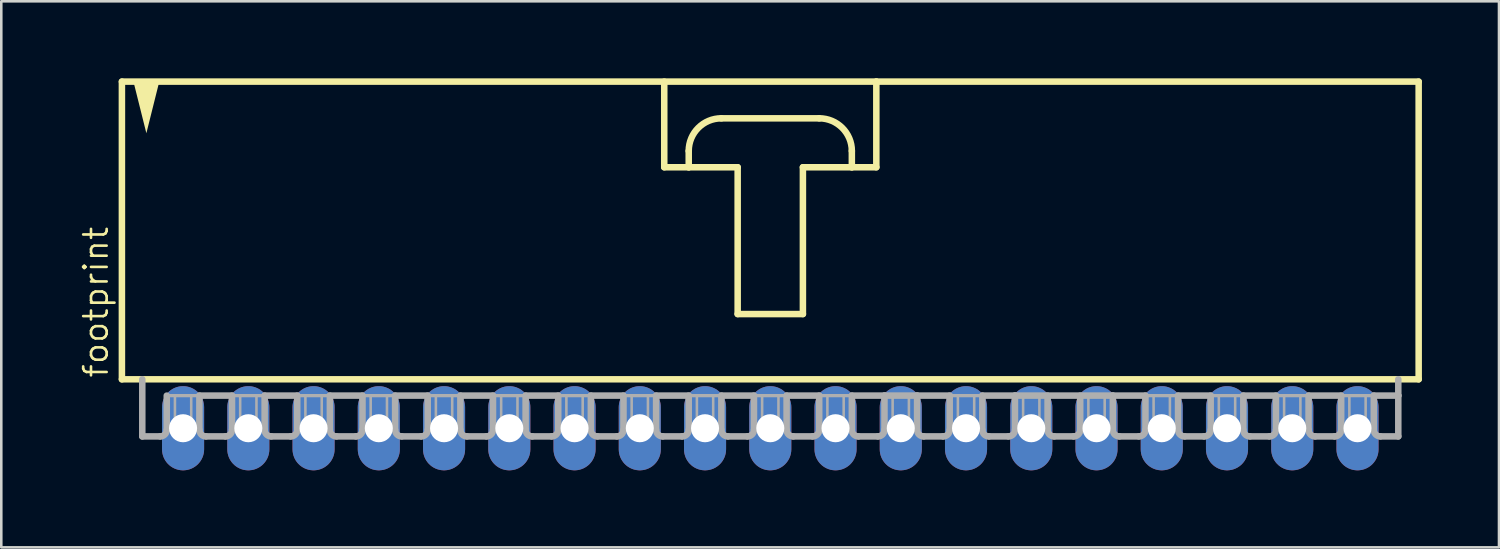
<source format=kicad_pcb>
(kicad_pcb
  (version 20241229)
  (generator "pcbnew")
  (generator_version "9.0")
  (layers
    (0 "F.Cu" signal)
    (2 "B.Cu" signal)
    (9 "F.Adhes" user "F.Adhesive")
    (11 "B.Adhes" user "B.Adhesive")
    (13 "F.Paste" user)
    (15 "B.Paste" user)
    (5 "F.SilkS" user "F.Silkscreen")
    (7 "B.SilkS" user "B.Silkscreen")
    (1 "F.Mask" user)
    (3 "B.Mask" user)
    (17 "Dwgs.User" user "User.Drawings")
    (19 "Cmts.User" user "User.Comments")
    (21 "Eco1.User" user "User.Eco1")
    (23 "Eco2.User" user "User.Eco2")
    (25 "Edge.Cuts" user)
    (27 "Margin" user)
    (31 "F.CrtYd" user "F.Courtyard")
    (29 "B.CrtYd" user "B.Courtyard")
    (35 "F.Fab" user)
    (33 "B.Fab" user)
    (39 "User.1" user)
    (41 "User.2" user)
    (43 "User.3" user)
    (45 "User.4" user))
  (footprint "footprint"
    (layer "F.Cu")
    (at 26.937 6.001)
    (property "Reference" "footprint" (at -25.718 5.715 90) (layer "F.SilkS") (effects (font (size 0.914 0.914) (thickness 0.102)) (justify left bottom)))
    (fp_line (start -25.241 -5.874) (end -25.241 5.715) (stroke (width 0.254) (type solid)) (layer "F.SilkS"))
    (fp_line (start -25.241 5.715) (end 25.241 5.715) (stroke (width 0.254) (type solid)) (layer "F.SilkS"))
    (fp_line (start -4.128 -5.874) (end -4.128 -2.54) (stroke (width 0.254) (type solid)) (layer "F.SilkS"))
    (fp_line (start -4.128 -2.54) (end -3.175 -2.54) (stroke (width 0.254) (type solid)) (layer "F.SilkS"))
    (fp_line (start -3.175 -2.54) (end -3.175 -3.175) (stroke (width 0.254) (type solid)) (layer "F.SilkS"))
    (fp_line (start -3.175 -2.54) (end -1.27 -2.54) (stroke (width 0.254) (type solid)) (layer "F.SilkS"))
    (fp_line (start -1.905 -4.445) (end 1.905 -4.445) (stroke (width 0.254) (type solid)) (layer "F.SilkS"))
    (fp_line (start -1.27 -2.54) (end -1.27 3.175) (stroke (width 0.254) (type solid)) (layer "F.SilkS"))
    (fp_line (start -1.27 3.175) (end 1.27 3.175) (stroke (width 0.254) (type solid)) (layer "F.SilkS"))
    (fp_line (start 1.27 -2.54) (end 3.175 -2.54) (stroke (width 0.254) (type solid)) (layer "F.SilkS"))
    (fp_line (start 1.27 3.175) (end 1.27 -2.54) (stroke (width 0.254) (type solid)) (layer "F.SilkS"))
    (fp_line (start 3.175 -3.175) (end 3.175 -2.54) (stroke (width 0.254) (type solid)) (layer "F.SilkS"))
    (fp_line (start 3.175 -2.54) (end 4.128 -2.54) (stroke (width 0.254) (type solid)) (layer "F.SilkS"))
    (fp_line (start 4.128 -5.874) (end -25.241 -5.874) (stroke (width 0.254) (type solid)) (layer "F.SilkS"))
    (fp_line (start 4.128 -2.54) (end 4.128 -5.874) (stroke (width 0.254) (type solid)) (layer "F.SilkS"))
    (fp_line (start 25.241 -5.874) (end 4.128 -5.874) (stroke (width 0.254) (type solid)) (layer "F.SilkS"))
    (fp_line (start 25.241 5.715) (end 25.241 -5.874) (stroke (width 0.254) (type solid)) (layer "F.SilkS"))
    (fp_arc (start -3.175 -3.175) (mid -2.803026 -4.073026) (end -1.905 -4.445) (stroke (width 0.254) (type solid)) (layer "F.SilkS"))
    (fp_arc (start 1.905 -4.445) (mid 2.803026 -4.073026) (end 3.175 -3.175) (stroke (width 0.254) (type solid)) (layer "F.SilkS"))
    (fp_poly (pts (xy -24.289 -3.864) (xy -24.798 -5.899) (xy -23.78 -5.899)) (stroke (width 0) (type solid)) (fill yes) (layer "F.SilkS"))
    (fp_line (start -24.448 5.715) (end -24.448 7.938) (stroke (width 0.254) (type solid)) (layer "F.Fab"))
    (fp_line (start -23.749 7.938) (end -24.448 7.938) (stroke (width 0.254) (type solid)) (layer "F.Fab"))
    (fp_line (start -23.495 6.35) (end -23.495 7.684) (stroke (width 0.254) (type solid)) (layer "F.Fab"))
    (fp_line (start -23.495 6.35) (end -22.225 6.35) (stroke (width 0.127) (type solid)) (layer "F.Fab"))
    (fp_line (start -22.225 6.35) (end -22.225 7.684) (stroke (width 0.254) (type solid)) (layer "F.Fab"))
    (fp_line (start -22.225 6.35) (end -20.955 6.35) (stroke (width 0.254) (type solid)) (layer "F.Fab"))
    (fp_line (start -21.209 7.938) (end -21.971 7.938) (stroke (width 0.254) (type solid)) (layer "F.Fab"))
    (fp_line (start -20.955 6.35) (end -20.955 7.684) (stroke (width 0.254) (type solid)) (layer "F.Fab"))
    (fp_line (start -20.955 6.35) (end -19.685 6.35) (stroke (width 0.127) (type solid)) (layer "F.Fab"))
    (fp_line (start -19.685 6.35) (end -19.685 7.684) (stroke (width 0.254) (type solid)) (layer "F.Fab"))
    (fp_line (start -19.685 6.35) (end -18.415 6.35) (stroke (width 0.254) (type solid)) (layer "F.Fab"))
    (fp_line (start -18.669 7.938) (end -19.431 7.938) (stroke (width 0.254) (type solid)) (layer "F.Fab"))
    (fp_line (start -18.415 6.35) (end -18.415 7.684) (stroke (width 0.254) (type solid)) (layer "F.Fab"))
    (fp_line (start -18.415 6.35) (end -17.145 6.35) (stroke (width 0.127) (type solid)) (layer "F.Fab"))
    (fp_line (start -17.145 6.35) (end -17.145 7.684) (stroke (width 0.254) (type solid)) (layer "F.Fab"))
    (fp_line (start -17.145 6.35) (end -15.875 6.35) (stroke (width 0.254) (type solid)) (layer "F.Fab"))
    (fp_line (start -16.129 7.938) (end -16.891 7.938) (stroke (width 0.254) (type solid)) (layer "F.Fab"))
    (fp_line (start -15.875 6.35) (end -15.875 7.684) (stroke (width 0.254) (type solid)) (layer "F.Fab"))
    (fp_line (start -15.875 6.35) (end -14.605 6.35) (stroke (width 0.127) (type solid)) (layer "F.Fab"))
    (fp_line (start -14.605 6.35) (end -14.605 7.684) (stroke (width 0.254) (type solid)) (layer "F.Fab"))
    (fp_line (start -14.605 6.35) (end -13.335 6.35) (stroke (width 0.254) (type solid)) (layer "F.Fab"))
    (fp_line (start -13.589 7.938) (end -14.351 7.938) (stroke (width 0.254) (type solid)) (layer "F.Fab"))
    (fp_line (start -13.335 6.35) (end -13.335 7.684) (stroke (width 0.254) (type solid)) (layer "F.Fab"))
    (fp_line (start -13.335 6.35) (end -12.065 6.35) (stroke (width 0.127) (type solid)) (layer "F.Fab"))
    (fp_line (start -12.065 6.35) (end -12.065 7.684) (stroke (width 0.254) (type solid)) (layer "F.Fab"))
    (fp_line (start -12.065 6.35) (end -10.795 6.35) (stroke (width 0.254) (type solid)) (layer "F.Fab"))
    (fp_line (start -11.049 7.938) (end -11.811 7.938) (stroke (width 0.254) (type solid)) (layer "F.Fab"))
    (fp_line (start -10.795 6.35) (end -10.795 7.684) (stroke (width 0.254) (type solid)) (layer "F.Fab"))
    (fp_line (start -10.795 6.35) (end -9.525 6.35) (stroke (width 0.127) (type solid)) (layer "F.Fab"))
    (fp_line (start -9.525 6.35) (end -9.525 7.684) (stroke (width 0.254) (type solid)) (layer "F.Fab"))
    (fp_line (start -9.525 6.35) (end -8.255 6.35) (stroke (width 0.254) (type solid)) (layer "F.Fab"))
    (fp_line (start -8.509 7.938) (end -9.271 7.938) (stroke (width 0.254) (type solid)) (layer "F.Fab"))
    (fp_line (start -8.255 6.35) (end -8.255 7.684) (stroke (width 0.254) (type solid)) (layer "F.Fab"))
    (fp_line (start -8.255 6.35) (end -6.985 6.35) (stroke (width 0.127) (type solid)) (layer "F.Fab"))
    (fp_line (start -6.985 6.35) (end -6.985 7.684) (stroke (width 0.254) (type solid)) (layer "F.Fab"))
    (fp_line (start -6.985 6.35) (end -5.715 6.35) (stroke (width 0.254) (type solid)) (layer "F.Fab"))
    (fp_line (start -5.969 7.938) (end -6.731 7.938) (stroke (width 0.254) (type solid)) (layer "F.Fab"))
    (fp_line (start -5.715 6.35) (end -5.715 7.684) (stroke (width 0.254) (type solid)) (layer "F.Fab"))
    (fp_line (start -5.715 6.35) (end -4.445 6.35) (stroke (width 0.127) (type solid)) (layer "F.Fab"))
    (fp_line (start -4.445 6.35) (end -4.445 7.684) (stroke (width 0.254) (type solid)) (layer "F.Fab"))
    (fp_line (start -4.445 6.35) (end -3.175 6.35) (stroke (width 0.254) (type solid)) (layer "F.Fab"))
    (fp_line (start -3.429 7.938) (end -4.191 7.938) (stroke (width 0.254) (type solid)) (layer "F.Fab"))
    (fp_line (start -3.175 6.35) (end -3.175 7.684) (stroke (width 0.254) (type solid)) (layer "F.Fab"))
    (fp_line (start -3.175 6.35) (end -1.905 6.35) (stroke (width 0.127) (type solid)) (layer "F.Fab"))
    (fp_line (start -1.905 6.35) (end -1.905 7.684) (stroke (width 0.254) (type solid)) (layer "F.Fab"))
    (fp_line (start -1.905 6.35) (end -0.635 6.35) (stroke (width 0.254) (type solid)) (layer "F.Fab"))
    (fp_line (start -0.889 7.938) (end -1.651 7.938) (stroke (width 0.254) (type solid)) (layer "F.Fab"))
    (fp_line (start -0.635 6.35) (end -0.635 7.684) (stroke (width 0.254) (type solid)) (layer "F.Fab"))
    (fp_line (start -0.635 6.35) (end 0.635 6.35) (stroke (width 0.127) (type solid)) (layer "F.Fab"))
    (fp_line (start 0.635 6.35) (end 0.635 7.684) (stroke (width 0.254) (type solid)) (layer "F.Fab"))
    (fp_line (start 0.635 6.35) (end 1.905 6.35) (stroke (width 0.254) (type solid)) (layer "F.Fab"))
    (fp_line (start 1.651 7.938) (end 0.889 7.938) (stroke (width 0.254) (type solid)) (layer "F.Fab"))
    (fp_line (start 1.905 6.35) (end 1.905 7.684) (stroke (width 0.254) (type solid)) (layer "F.Fab"))
    (fp_line (start 1.905 6.35) (end 3.175 6.35) (stroke (width 0.127) (type solid)) (layer "F.Fab"))
    (fp_line (start 3.175 6.35) (end 3.175 7.684) (stroke (width 0.254) (type solid)) (layer "F.Fab"))
    (fp_line (start 3.175 6.35) (end 4.445 6.35) (stroke (width 0.254) (type solid)) (layer "F.Fab"))
    (fp_line (start 4.191 7.938) (end 3.429 7.938) (stroke (width 0.254) (type solid)) (layer "F.Fab"))
    (fp_line (start 4.445 6.35) (end 4.445 7.684) (stroke (width 0.254) (type solid)) (layer "F.Fab"))
    (fp_line (start 4.445 6.35) (end 5.715 6.35) (stroke (width 0.254) (type solid)) (layer "F.Fab"))
    (fp_line (start 5.715 6.35) (end 5.715 7.684) (stroke (width 0.254) (type solid)) (layer "F.Fab"))
    (fp_line (start 5.715 6.35) (end 6.985 6.35) (stroke (width 0.254) (type solid)) (layer "F.Fab"))
    (fp_line (start 6.731 7.938) (end 5.969 7.938) (stroke (width 0.254) (type solid)) (layer "F.Fab"))
    (fp_line (start 6.985 6.35) (end 6.985 7.684) (stroke (width 0.254) (type solid)) (layer "F.Fab"))
    (fp_line (start 6.985 6.35) (end 8.255 6.35) (stroke (width 0.127) (type solid)) (layer "F.Fab"))
    (fp_line (start 8.255 6.35) (end 8.255 7.684) (stroke (width 0.254) (type solid)) (layer "F.Fab"))
    (fp_line (start 8.255 6.35) (end 9.525 6.35) (stroke (width 0.254) (type solid)) (layer "F.Fab"))
    (fp_line (start 9.271 7.938) (end 8.509 7.938) (stroke (width 0.254) (type solid)) (layer "F.Fab"))
    (fp_line (start 9.525 6.35) (end 9.525 7.684) (stroke (width 0.254) (type solid)) (layer "F.Fab"))
    (fp_line (start 9.525 6.35) (end 13.335 6.35) (stroke (width 0.254) (type solid)) (layer "F.Fab"))
    (fp_line (start 10.795 6.35) (end 10.795 7.684) (stroke (width 0.254) (type solid)) (layer "F.Fab"))
    (fp_line (start 11.811 7.938) (end 11.049 7.938) (stroke (width 0.254) (type solid)) (layer "F.Fab"))
    (fp_line (start 12.065 6.35) (end 12.065 7.684) (stroke (width 0.254) (type solid)) (layer "F.Fab"))
    (fp_line (start 13.335 6.35) (end 13.335 7.684) (stroke (width 0.254) (type solid)) (layer "F.Fab"))
    (fp_line (start 13.335 6.35) (end 14.605 6.35) (stroke (width 0.254) (type solid)) (layer "F.Fab"))
    (fp_line (start 13.589 7.938) (end 14.351 7.938) (stroke (width 0.254) (type solid)) (layer "F.Fab"))
    (fp_line (start 14.605 6.35) (end 15.875 6.35) (stroke (width 0.127) (type solid)) (layer "F.Fab"))
    (fp_line (start 14.605 7.684) (end 14.605 6.35) (stroke (width 0.254) (type solid)) (layer "F.Fab"))
    (fp_line (start 15.875 6.35) (end 15.875 7.684) (stroke (width 0.254) (type solid)) (layer "F.Fab"))
    (fp_line (start 15.875 6.35) (end 17.145 6.35) (stroke (width 0.254) (type solid)) (layer "F.Fab"))
    (fp_line (start 16.129 7.938) (end 16.891 7.938) (stroke (width 0.254) (type solid)) (layer "F.Fab"))
    (fp_line (start 17.145 6.35) (end 18.415 6.35) (stroke (width 0.127) (type solid)) (layer "F.Fab"))
    (fp_line (start 17.145 7.684) (end 17.145 6.35) (stroke (width 0.254) (type solid)) (layer "F.Fab"))
    (fp_line (start 18.415 6.35) (end 18.415 7.684) (stroke (width 0.254) (type solid)) (layer "F.Fab"))
    (fp_line (start 18.415 6.35) (end 19.685 6.35) (stroke (width 0.254) (type solid)) (layer "F.Fab"))
    (fp_line (start 18.669 7.938) (end 19.431 7.938) (stroke (width 0.254) (type solid)) (layer "F.Fab"))
    (fp_line (start 19.685 6.35) (end 20.955 6.35) (stroke (width 0.127) (type solid)) (layer "F.Fab"))
    (fp_line (start 19.685 7.684) (end 19.685 6.35) (stroke (width 0.254) (type solid)) (layer "F.Fab"))
    (fp_line (start 20.955 6.35) (end 20.955 7.684) (stroke (width 0.254) (type solid)) (layer "F.Fab"))
    (fp_line (start 20.955 6.35) (end 22.225 6.35) (stroke (width 0.254) (type solid)) (layer "F.Fab"))
    (fp_line (start 21.209 7.938) (end 21.971 7.938) (stroke (width 0.254) (type solid)) (layer "F.Fab"))
    (fp_line (start 22.225 6.35) (end 23.495 6.35) (stroke (width 0.127) (type solid)) (layer "F.Fab"))
    (fp_line (start 22.225 7.684) (end 22.225 6.35) (stroke (width 0.254) (type solid)) (layer "F.Fab"))
    (fp_line (start 23.495 6.35) (end 23.495 7.684) (stroke (width 0.254) (type solid)) (layer "F.Fab"))
    (fp_line (start 23.495 6.35) (end 24.448 6.35) (stroke (width 0.254) (type solid)) (layer "F.Fab"))
    (fp_line (start 23.749 7.938) (end 24.448 7.938) (stroke (width 0.254) (type solid)) (layer "F.Fab"))
    (fp_line (start 24.448 6.35) (end 24.448 5.715) (stroke (width 0.254) (type solid)) (layer "F.Fab"))
    (fp_line (start 24.448 7.938) (end 24.448 6.35) (stroke (width 0.254) (type solid)) (layer "F.Fab"))
    (fp_arc (start -23.495 7.6835) (mid -23.569395 7.863105) (end -23.749 7.9375) (stroke (width 0.254) (type solid)) (layer "F.Fab"))
    (fp_arc (start -21.971 7.9375) (mid -22.150605 7.863105) (end -22.225 7.6835) (stroke (width 0.254) (type solid)) (layer "F.Fab"))
    (fp_arc (start -20.955 7.6835) (mid -21.029395 7.863105) (end -21.209 7.9375) (stroke (width 0.254) (type solid)) (layer "F.Fab"))
    (fp_arc (start -19.431 7.9375) (mid -19.610605 7.863105) (end -19.685 7.6835) (stroke (width 0.254) (type solid)) (layer "F.Fab"))
    (fp_arc (start -18.415 7.6835) (mid -18.489395 7.863105) (end -18.669 7.9375) (stroke (width 0.254) (type solid)) (layer "F.Fab"))
    (fp_arc (start -16.891 7.9375) (mid -17.070605 7.863105) (end -17.145 7.6835) (stroke (width 0.254) (type solid)) (layer "F.Fab"))
    (fp_arc (start -15.875 7.6835) (mid -15.949395 7.863105) (end -16.129 7.9375) (stroke (width 0.254) (type solid)) (layer "F.Fab"))
    (fp_arc (start -14.351 7.9375) (mid -14.530605 7.863105) (end -14.605 7.6835) (stroke (width 0.254) (type solid)) (layer "F.Fab"))
    (fp_arc (start -13.335 7.6835) (mid -13.409395 7.863105) (end -13.589 7.9375) (stroke (width 0.254) (type solid)) (layer "F.Fab"))
    (fp_arc (start -11.811 7.9375) (mid -11.990605 7.863105) (end -12.065 7.6835) (stroke (width 0.254) (type solid)) (layer "F.Fab"))
    (fp_arc (start -10.795 7.6835) (mid -10.869395 7.863105) (end -11.049 7.9375) (stroke (width 0.254) (type solid)) (layer "F.Fab"))
    (fp_arc (start -9.271 7.9375) (mid -9.450605 7.863105) (end -9.525 7.6835) (stroke (width 0.254) (type solid)) (layer "F.Fab"))
    (fp_arc (start -8.255 7.6835) (mid -8.329395 7.863105) (end -8.509 7.9375) (stroke (width 0.254) (type solid)) (layer "F.Fab"))
    (fp_arc (start -6.731 7.9375) (mid -6.910605 7.863105) (end -6.985 7.6835) (stroke (width 0.254) (type solid)) (layer "F.Fab"))
    (fp_arc (start -5.715 7.6835) (mid -5.789395 7.863105) (end -5.969 7.9375) (stroke (width 0.254) (type solid)) (layer "F.Fab"))
    (fp_arc (start -4.191 7.9375) (mid -4.370605 7.863105) (end -4.445 7.6835) (stroke (width 0.254) (type solid)) (layer "F.Fab"))
    (fp_arc (start -3.175 7.6835) (mid -3.249395 7.863105) (end -3.429 7.9375) (stroke (width 0.254) (type solid)) (layer "F.Fab"))
    (fp_arc (start -1.651 7.9375) (mid -1.830605 7.863105) (end -1.905 7.6835) (stroke (width 0.254) (type solid)) (layer "F.Fab"))
    (fp_arc (start -0.635 7.6835) (mid -0.709395 7.863105) (end -0.889 7.9375) (stroke (width 0.254) (type solid)) (layer "F.Fab"))
    (fp_arc (start 0.889 7.9375) (mid 0.709395 7.863105) (end 0.635 7.6835) (stroke (width 0.254) (type solid)) (layer "F.Fab"))
    (fp_arc (start 1.905 7.6835) (mid 1.830605 7.863105) (end 1.651 7.9375) (stroke (width 0.254) (type solid)) (layer "F.Fab"))
    (fp_arc (start 3.429 7.9375) (mid 3.249395 7.863105) (end 3.175 7.6835) (stroke (width 0.254) (type solid)) (layer "F.Fab"))
    (fp_arc (start 4.445 7.6835) (mid 4.370605 7.863105) (end 4.191 7.9375) (stroke (width 0.254) (type solid)) (layer "F.Fab"))
    (fp_arc (start 5.969 7.9375) (mid 5.789395 7.863105) (end 5.715 7.6835) (stroke (width 0.254) (type solid)) (layer "F.Fab"))
    (fp_arc (start 6.985 7.6835) (mid 6.910605 7.863105) (end 6.731 7.9375) (stroke (width 0.254) (type solid)) (layer "F.Fab"))
    (fp_arc (start 8.509 7.9375) (mid 8.329395 7.863105) (end 8.255 7.6835) (stroke (width 0.254) (type solid)) (layer "F.Fab"))
    (fp_arc (start 9.525 7.6835) (mid 9.450605 7.863105) (end 9.271 7.9375) (stroke (width 0.254) (type solid)) (layer "F.Fab"))
    (fp_arc (start 11.049 7.9375) (mid 10.869395 7.863105) (end 10.795 7.6835) (stroke (width 0.254) (type solid)) (layer "F.Fab"))
    (fp_arc (start 12.065 7.6835) (mid 11.990605 7.863105) (end 11.811 7.9375) (stroke (width 0.254) (type solid)) (layer "F.Fab"))
    (fp_arc (start 13.589 7.9375) (mid 13.409395 7.863105) (end 13.335 7.6835) (stroke (width 0.254) (type solid)) (layer "F.Fab"))
    (fp_arc (start 14.605 7.6835) (mid 14.530605 7.863105) (end 14.351 7.9375) (stroke (width 0.254) (type solid)) (layer "F.Fab"))
    (fp_arc (start 16.129 7.9375) (mid 15.949395 7.863105) (end 15.875 7.6835) (stroke (width 0.254) (type solid)) (layer "F.Fab"))
    (fp_arc (start 17.145 7.6835) (mid 17.070605 7.863105) (end 16.891 7.9375) (stroke (width 0.254) (type solid)) (layer "F.Fab"))
    (fp_arc (start 18.669 7.9375) (mid 18.489395 7.863105) (end 18.415 7.6835) (stroke (width 0.254) (type solid)) (layer "F.Fab"))
    (fp_arc (start 19.685 7.6835) (mid 19.610605 7.863105) (end 19.431 7.9375) (stroke (width 0.254) (type solid)) (layer "F.Fab"))
    (fp_arc (start 21.209 7.9375) (mid 21.029395 7.863105) (end 20.955 7.6835) (stroke (width 0.254) (type solid)) (layer "F.Fab"))
    (fp_arc (start 22.225 7.6835) (mid 22.150605 7.863105) (end 21.971 7.9375) (stroke (width 0.254) (type solid)) (layer "F.Fab"))
    (fp_arc (start 23.749 7.9375) (mid 23.569395 7.863105) (end 23.495 7.6835) (stroke (width 0.254) (type solid)) (layer "F.Fab"))
    (fp_poly (pts (xy -23.177 7.62) (xy -22.543 7.62) (xy -22.543 6.35) (xy -23.177 6.35)) (stroke (width 0.1) (type solid)) (fill no) (layer "F.Fab"))
    (fp_poly (pts (xy -20.637 7.62) (xy -20.003 7.62) (xy -20.003 6.35) (xy -20.637 6.35)) (stroke (width 0.1) (type solid)) (fill no) (layer "F.Fab"))
    (fp_poly (pts (xy -18.098 7.62) (xy -17.462 7.62) (xy -17.462 6.35) (xy -18.098 6.35)) (stroke (width 0.1) (type solid)) (fill no) (layer "F.Fab"))
    (fp_poly (pts (xy -15.557 7.62) (xy -14.922 7.62) (xy -14.922 6.35) (xy -15.557 6.35)) (stroke (width 0.1) (type solid)) (fill no) (layer "F.Fab"))
    (fp_poly (pts (xy -13.018 7.62) (xy -12.383 7.62) (xy -12.383 6.35) (xy -13.018 6.35)) (stroke (width 0.1) (type solid)) (fill no) (layer "F.Fab"))
    (fp_poly (pts (xy -10.477 7.62) (xy -9.842 7.62) (xy -9.842 6.35) (xy -10.477 6.35)) (stroke (width 0.1) (type solid)) (fill no) (layer "F.Fab"))
    (fp_poly (pts (xy -7.938 7.62) (xy -7.303 7.62) (xy -7.303 6.35) (xy -7.938 6.35)) (stroke (width 0.1) (type solid)) (fill no) (layer "F.Fab"))
    (fp_poly (pts (xy -5.397 7.62) (xy -4.763 7.62) (xy -4.763 6.35) (xy -5.397 6.35)) (stroke (width 0.1) (type solid)) (fill no) (layer "F.Fab"))
    (fp_poly (pts (xy -2.857 7.62) (xy -2.223 7.62) (xy -2.223 6.35) (xy -2.857 6.35)) (stroke (width 0.1) (type solid)) (fill no) (layer "F.Fab"))
    (fp_poly (pts (xy -0.318 7.62) (xy 0.318 7.62) (xy 0.318 6.35) (xy -0.318 6.35)) (stroke (width 0.1) (type solid)) (fill no) (layer "F.Fab"))
    (fp_poly (pts (xy 2.223 7.62) (xy 2.857 7.62) (xy 2.857 6.35) (xy 2.223 6.35)) (stroke (width 0.1) (type solid)) (fill no) (layer "F.Fab"))
    (fp_poly (pts (xy 4.763 7.62) (xy 5.397 7.62) (xy 5.397 6.35) (xy 4.763 6.35)) (stroke (width 0.1) (type solid)) (fill no) (layer "F.Fab"))
    (fp_poly (pts (xy 7.303 7.62) (xy 7.938 7.62) (xy 7.938 6.35) (xy 7.303 6.35)) (stroke (width 0.1) (type solid)) (fill no) (layer "F.Fab"))
    (fp_poly (pts (xy 9.842 7.62) (xy 10.477 7.62) (xy 10.477 6.35) (xy 9.842 6.35)) (stroke (width 0.1) (type solid)) (fill no) (layer "F.Fab"))
    (fp_poly (pts (xy 12.383 7.62) (xy 13.018 7.62) (xy 13.018 6.35) (xy 12.383 6.35)) (stroke (width 0.1) (type solid)) (fill no) (layer "F.Fab"))
    (fp_poly (pts (xy 14.922 7.62) (xy 15.557 7.62) (xy 15.557 6.35) (xy 14.922 6.35)) (stroke (width 0.1) (type solid)) (fill no) (layer "F.Fab"))
    (fp_poly (pts (xy 17.462 7.62) (xy 18.098 7.62) (xy 18.098 6.35) (xy 17.462 6.35)) (stroke (width 0.1) (type solid)) (fill no) (layer "F.Fab"))
    (fp_poly (pts (xy 20.003 7.62) (xy 20.637 7.62) (xy 20.637 6.35) (xy 20.003 6.35)) (stroke (width 0.1) (type solid)) (fill no) (layer "F.Fab"))
    (fp_poly (pts (xy 22.543 7.62) (xy 23.177 7.62) (xy 23.177 6.35) (xy 22.543 6.35)) (stroke (width 0.1) (type solid)) (fill no) (layer "F.Fab"))
    (pad "1" thru_hole oval (at -22.86 7.62 90) (size 3.277 1.638) (drill 1.092) (layers "*.Cu" "*.Mask"))
    (pad "2" thru_hole oval (at -20.32 7.62 90) (size 3.277 1.638) (drill 1.092) (layers "*.Cu" "*.Mask"))
    (pad "3" thru_hole oval (at -17.78 7.62 270) (size 3.277 1.638) (drill 1.092) (layers "*.Cu" "*.Mask"))
    (pad "4" thru_hole oval (at -15.24 7.62 270) (size 3.277 1.638) (drill 1.092) (layers "*.Cu" "*.Mask"))
    (pad "5" thru_hole oval (at -12.7 7.62 90) (size 3.277 1.638) (drill 1.092) (layers "*.Cu" "*.Mask"))
    (pad "6" thru_hole oval (at -10.16 7.62 90) (size 3.277 1.638) (drill 1.092) (layers "*.Cu" "*.Mask"))
    (pad "7" thru_hole oval (at -7.62 7.62 90) (size 3.277 1.638) (drill 1.092) (layers "*.Cu" "*.Mask"))
    (pad "8" thru_hole oval (at -5.08 7.62 90) (size 3.277 1.638) (drill 1.092) (layers "*.Cu" "*.Mask"))
    (pad "9" thru_hole oval (at -2.54 7.62 90) (size 3.277 1.638) (drill 1.092) (layers "*.Cu" "*.Mask"))
    (pad "10" thru_hole oval (at 0 7.62 90) (size 3.277 1.638) (drill 1.092) (layers "*.Cu" "*.Mask"))
    (pad "11" thru_hole oval (at 2.54 7.62 90) (size 3.277 1.638) (drill 1.092) (layers "*.Cu" "*.Mask"))
    (pad "12" thru_hole oval (at 5.08 7.62 90) (size 3.277 1.638) (drill 1.092) (layers "*.Cu" "*.Mask"))
    (pad "13" thru_hole oval (at 7.62 7.62 90) (size 3.277 1.638) (drill 1.092) (layers "*.Cu" "*.Mask"))
    (pad "14" thru_hole oval (at 10.16 7.62 90) (size 3.277 1.638) (drill 1.092) (layers "*.Cu" "*.Mask"))
    (pad "15" thru_hole oval (at 12.7 7.62 90) (size 3.277 1.638) (drill 1.092) (layers "*.Cu" "*.Mask"))
    (pad "16" thru_hole oval (at 15.24 7.62 90) (size 3.277 1.638) (drill 1.092) (layers "*.Cu" "*.Mask"))
    (pad "17" thru_hole oval (at 17.78 7.62 90) (size 3.277 1.638) (drill 1.092) (layers "*.Cu" "*.Mask"))
    (pad "18" thru_hole oval (at 20.32 7.62 90) (size 3.277 1.638) (drill 1.092) (layers "*.Cu" "*.Mask"))
    (pad "19" thru_hole oval (at 22.86 7.62 90) (size 3.277 1.638) (drill 1.092) (layers "*.Cu" "*.Mask")))
  (gr_rect
    (start -3 -3)
    (end 55.305 18.259)
    (stroke (width 0.1) (type default))
    (fill no)
    (layer "Edge.Cuts")))
</source>
